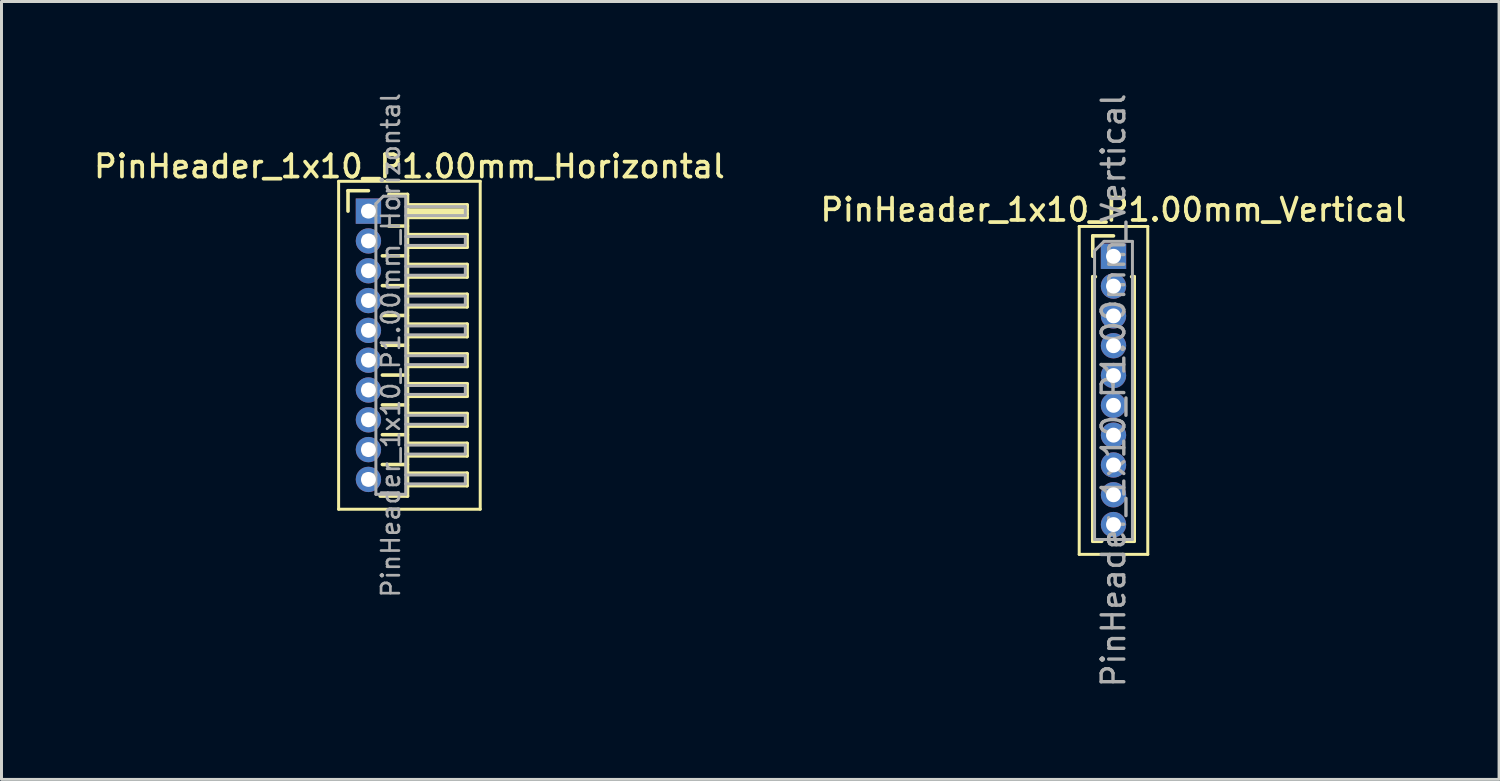
<source format=kicad_pcb>
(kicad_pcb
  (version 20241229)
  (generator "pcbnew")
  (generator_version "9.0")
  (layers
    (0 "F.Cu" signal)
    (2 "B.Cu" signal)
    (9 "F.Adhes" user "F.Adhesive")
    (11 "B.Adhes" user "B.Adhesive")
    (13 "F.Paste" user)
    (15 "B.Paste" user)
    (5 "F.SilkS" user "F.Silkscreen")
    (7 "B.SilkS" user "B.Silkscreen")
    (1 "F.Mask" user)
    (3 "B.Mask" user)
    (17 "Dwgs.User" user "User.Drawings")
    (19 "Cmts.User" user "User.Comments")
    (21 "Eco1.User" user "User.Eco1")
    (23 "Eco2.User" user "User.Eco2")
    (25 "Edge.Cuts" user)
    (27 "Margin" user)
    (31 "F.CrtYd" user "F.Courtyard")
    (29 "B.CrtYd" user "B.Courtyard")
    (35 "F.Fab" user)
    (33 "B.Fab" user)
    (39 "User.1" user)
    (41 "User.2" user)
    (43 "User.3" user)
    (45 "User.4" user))
  (footprint "PinHeader_1x10_P1.00mm_Horizontal"
    (layer "F.Cu")
    (at 9.309 4.032)
    (property "Reference" "PinHeader_1x10_P1.00mm_Horizontal" (at 1.375 -1.5 0) (layer "F.SilkS") (effects (font (size 0.75 0.75) (thickness 0.125))))
    (attr through_hole)
    (fp_line (start -1 -1) (end -1 10) (stroke (width 0.1) (type solid)) (layer "F.SilkS"))
    (fp_line (start -1 10) (end 3.75 10) (stroke (width 0.1) (type solid)) (layer "F.SilkS"))
    (fp_line (start -0.685 -0.685) (end 0 -0.685) (stroke (width 0.12) (type solid)) (layer "F.SilkS"))
    (fp_line (start -0.685 0) (end -0.685 -0.685) (stroke (width 0.12) (type solid)) (layer "F.SilkS"))
    (fp_line (start 0.468 1.5) (end 1.31 1.5) (stroke (width 0.12) (type solid)) (layer "F.SilkS"))
    (fp_line (start 0.468 2.5) (end 1.31 2.5) (stroke (width 0.12) (type solid)) (layer "F.SilkS"))
    (fp_line (start 0.468 3.5) (end 1.31 3.5) (stroke (width 0.12) (type solid)) (layer "F.SilkS"))
    (fp_line (start 0.468 4.5) (end 1.31 4.5) (stroke (width 0.12) (type solid)) (layer "F.SilkS"))
    (fp_line (start 0.468 5.5) (end 1.31 5.5) (stroke (width 0.12) (type solid)) (layer "F.SilkS"))
    (fp_line (start 0.468 6.5) (end 1.31 6.5) (stroke (width 0.12) (type solid)) (layer "F.SilkS"))
    (fp_line (start 0.468 7.5) (end 1.31 7.5) (stroke (width 0.12) (type solid)) (layer "F.SilkS"))
    (fp_line (start 0.468 8.5) (end 1.31 8.5) (stroke (width 0.12) (type solid)) (layer "F.SilkS"))
    (fp_line (start 0.685 -0.56) (end 1.31 -0.56) (stroke (width 0.12) (type solid)) (layer "F.SilkS"))
    (fp_line (start 0.685 0.5) (end 1.31 0.5) (stroke (width 0.12) (type solid)) (layer "F.SilkS"))
    (fp_line (start 1.31 -0.56) (end 1.31 9.56) (stroke (width 0.12) (type solid)) (layer "F.SilkS"))
    (fp_line (start 1.31 -0.21) (end 3.31 -0.21) (stroke (width 0.12) (type solid)) (layer "F.SilkS"))
    (fp_line (start 1.31 -0.15) (end 3.31 -0.15) (stroke (width 0.12) (type solid)) (layer "F.SilkS"))
    (fp_line (start 1.31 -0.03) (end 3.31 -0.03) (stroke (width 0.12) (type solid)) (layer "F.SilkS"))
    (fp_line (start 1.31 0.09) (end 3.31 0.09) (stroke (width 0.12) (type solid)) (layer "F.SilkS"))
    (fp_line (start 1.31 0.79) (end 3.31 0.79) (stroke (width 0.12) (type solid)) (layer "F.SilkS"))
    (fp_line (start 1.31 1.79) (end 3.31 1.79) (stroke (width 0.12) (type solid)) (layer "F.SilkS"))
    (fp_line (start 1.31 2.79) (end 3.31 2.79) (stroke (width 0.12) (type solid)) (layer "F.SilkS"))
    (fp_line (start 1.31 3.79) (end 3.31 3.79) (stroke (width 0.12) (type solid)) (layer "F.SilkS"))
    (fp_line (start 1.31 4.79) (end 3.31 4.79) (stroke (width 0.12) (type solid)) (layer "F.SilkS"))
    (fp_line (start 1.31 5.79) (end 3.31 5.79) (stroke (width 0.12) (type solid)) (layer "F.SilkS"))
    (fp_line (start 1.31 6.79) (end 3.31 6.79) (stroke (width 0.12) (type solid)) (layer "F.SilkS"))
    (fp_line (start 1.31 7.79) (end 3.31 7.79) (stroke (width 0.12) (type solid)) (layer "F.SilkS"))
    (fp_line (start 1.31 8.79) (end 3.31 8.79) (stroke (width 0.12) (type solid)) (layer "F.SilkS"))
    (fp_line (start 1.31 9.56) (end 0.394 9.56) (stroke (width 0.12) (type solid)) (layer "F.SilkS"))
    (fp_line (start 3.31 -0.21) (end 3.31 0.21) (stroke (width 0.12) (type solid)) (layer "F.SilkS"))
    (fp_line (start 3.31 0.21) (end 1.31 0.21) (stroke (width 0.12) (type solid)) (layer "F.SilkS"))
    (fp_line (start 3.31 0.79) (end 3.31 1.21) (stroke (width 0.12) (type solid)) (layer "F.SilkS"))
    (fp_line (start 3.31 1.21) (end 1.31 1.21) (stroke (width 0.12) (type solid)) (layer "F.SilkS"))
    (fp_line (start 3.31 1.79) (end 3.31 2.21) (stroke (width 0.12) (type solid)) (layer "F.SilkS"))
    (fp_line (start 3.31 2.21) (end 1.31 2.21) (stroke (width 0.12) (type solid)) (layer "F.SilkS"))
    (fp_line (start 3.31 2.79) (end 3.31 3.21) (stroke (width 0.12) (type solid)) (layer "F.SilkS"))
    (fp_line (start 3.31 3.21) (end 1.31 3.21) (stroke (width 0.12) (type solid)) (layer "F.SilkS"))
    (fp_line (start 3.31 3.79) (end 3.31 4.21) (stroke (width 0.12) (type solid)) (layer "F.SilkS"))
    (fp_line (start 3.31 4.21) (end 1.31 4.21) (stroke (width 0.12) (type solid)) (layer "F.SilkS"))
    (fp_line (start 3.31 4.79) (end 3.31 5.21) (stroke (width 0.12) (type solid)) (layer "F.SilkS"))
    (fp_line (start 3.31 5.21) (end 1.31 5.21) (stroke (width 0.12) (type solid)) (layer "F.SilkS"))
    (fp_line (start 3.31 5.79) (end 3.31 6.21) (stroke (width 0.12) (type solid)) (layer "F.SilkS"))
    (fp_line (start 3.31 6.21) (end 1.31 6.21) (stroke (width 0.12) (type solid)) (layer "F.SilkS"))
    (fp_line (start 3.31 6.79) (end 3.31 7.21) (stroke (width 0.12) (type solid)) (layer "F.SilkS"))
    (fp_line (start 3.31 7.21) (end 1.31 7.21) (stroke (width 0.12) (type solid)) (layer "F.SilkS"))
    (fp_line (start 3.31 7.79) (end 3.31 8.21) (stroke (width 0.12) (type solid)) (layer "F.SilkS"))
    (fp_line (start 3.31 8.21) (end 1.31 8.21) (stroke (width 0.12) (type solid)) (layer "F.SilkS"))
    (fp_line (start 3.31 8.79) (end 3.31 9.21) (stroke (width 0.12) (type solid)) (layer "F.SilkS"))
    (fp_line (start 3.31 9.21) (end 1.31 9.21) (stroke (width 0.12) (type solid)) (layer "F.SilkS"))
    (fp_line (start 3.75 -1) (end -1 -1) (stroke (width 0.1) (type solid)) (layer "F.SilkS"))
    (fp_line (start 3.75 10) (end 3.75 -1) (stroke (width 0.1) (type solid)) (layer "F.SilkS"))
    (fp_line (start -0.15 -0.15) (end -0.15 0.15) (stroke (width 0.1) (type solid)) (layer "F.Fab"))
    (fp_line (start -0.15 -0.15) (end 0.25 -0.15) (stroke (width 0.1) (type solid)) (layer "F.Fab"))
    (fp_line (start -0.15 0.15) (end 0.25 0.15) (stroke (width 0.1) (type solid)) (layer "F.Fab"))
    (fp_line (start -0.15 0.85) (end -0.15 1.15) (stroke (width 0.1) (type solid)) (layer "F.Fab"))
    (fp_line (start -0.15 0.85) (end 0.25 0.85) (stroke (width 0.1) (type solid)) (layer "F.Fab"))
    (fp_line (start -0.15 1.15) (end 0.25 1.15) (stroke (width 0.1) (type solid)) (layer "F.Fab"))
    (fp_line (start -0.15 1.85) (end -0.15 2.15) (stroke (width 0.1) (type solid)) (layer "F.Fab"))
    (fp_line (start -0.15 1.85) (end 0.25 1.85) (stroke (width 0.1) (type solid)) (layer "F.Fab"))
    (fp_line (start -0.15 2.15) (end 0.25 2.15) (stroke (width 0.1) (type solid)) (layer "F.Fab"))
    (fp_line (start -0.15 2.85) (end -0.15 3.15) (stroke (width 0.1) (type solid)) (layer "F.Fab"))
    (fp_line (start -0.15 2.85) (end 0.25 2.85) (stroke (width 0.1) (type solid)) (layer "F.Fab"))
    (fp_line (start -0.15 3.15) (end 0.25 3.15) (stroke (width 0.1) (type solid)) (layer "F.Fab"))
    (fp_line (start -0.15 3.85) (end -0.15 4.15) (stroke (width 0.1) (type solid)) (layer "F.Fab"))
    (fp_line (start -0.15 3.85) (end 0.25 3.85) (stroke (width 0.1) (type solid)) (layer "F.Fab"))
    (fp_line (start -0.15 4.15) (end 0.25 4.15) (stroke (width 0.1) (type solid)) (layer "F.Fab"))
    (fp_line (start -0.15 4.85) (end -0.15 5.15) (stroke (width 0.1) (type solid)) (layer "F.Fab"))
    (fp_line (start -0.15 4.85) (end 0.25 4.85) (stroke (width 0.1) (type solid)) (layer "F.Fab"))
    (fp_line (start -0.15 5.15) (end 0.25 5.15) (stroke (width 0.1) (type solid)) (layer "F.Fab"))
    (fp_line (start -0.15 5.85) (end -0.15 6.15) (stroke (width 0.1) (type solid)) (layer "F.Fab"))
    (fp_line (start -0.15 5.85) (end 0.25 5.85) (stroke (width 0.1) (type solid)) (layer "F.Fab"))
    (fp_line (start -0.15 6.15) (end 0.25 6.15) (stroke (width 0.1) (type solid)) (layer "F.Fab"))
    (fp_line (start -0.15 6.85) (end -0.15 7.15) (stroke (width 0.1) (type solid)) (layer "F.Fab"))
    (fp_line (start -0.15 6.85) (end 0.25 6.85) (stroke (width 0.1) (type solid)) (layer "F.Fab"))
    (fp_line (start -0.15 7.15) (end 0.25 7.15) (stroke (width 0.1) (type solid)) (layer "F.Fab"))
    (fp_line (start -0.15 7.85) (end -0.15 8.15) (stroke (width 0.1) (type solid)) (layer "F.Fab"))
    (fp_line (start -0.15 7.85) (end 0.25 7.85) (stroke (width 0.1) (type solid)) (layer "F.Fab"))
    (fp_line (start -0.15 8.15) (end 0.25 8.15) (stroke (width 0.1) (type solid)) (layer "F.Fab"))
    (fp_line (start -0.15 8.85) (end -0.15 9.15) (stroke (width 0.1) (type solid)) (layer "F.Fab"))
    (fp_line (start -0.15 8.85) (end 0.25 8.85) (stroke (width 0.1) (type solid)) (layer "F.Fab"))
    (fp_line (start -0.15 9.15) (end 0.25 9.15) (stroke (width 0.1) (type solid)) (layer "F.Fab"))
    (fp_line (start 0.25 -0.25) (end 0.5 -0.5) (stroke (width 0.1) (type solid)) (layer "F.Fab"))
    (fp_line (start 0.25 9.5) (end 0.25 -0.25) (stroke (width 0.1) (type solid)) (layer "F.Fab"))
    (fp_line (start 0.5 -0.5) (end 1.25 -0.5) (stroke (width 0.1) (type solid)) (layer "F.Fab"))
    (fp_line (start 1.25 -0.5) (end 1.25 9.5) (stroke (width 0.1) (type solid)) (layer "F.Fab"))
    (fp_line (start 1.25 -0.15) (end 3.25 -0.15) (stroke (width 0.1) (type solid)) (layer "F.Fab"))
    (fp_line (start 1.25 0.15) (end 3.25 0.15) (stroke (width 0.1) (type solid)) (layer "F.Fab"))
    (fp_line (start 1.25 0.85) (end 3.25 0.85) (stroke (width 0.1) (type solid)) (layer "F.Fab"))
    (fp_line (start 1.25 1.15) (end 3.25 1.15) (stroke (width 0.1) (type solid)) (layer "F.Fab"))
    (fp_line (start 1.25 1.85) (end 3.25 1.85) (stroke (width 0.1) (type solid)) (layer "F.Fab"))
    (fp_line (start 1.25 2.15) (end 3.25 2.15) (stroke (width 0.1) (type solid)) (layer "F.Fab"))
    (fp_line (start 1.25 2.85) (end 3.25 2.85) (stroke (width 0.1) (type solid)) (layer "F.Fab"))
    (fp_line (start 1.25 3.15) (end 3.25 3.15) (stroke (width 0.1) (type solid)) (layer "F.Fab"))
    (fp_line (start 1.25 3.85) (end 3.25 3.85) (stroke (width 0.1) (type solid)) (layer "F.Fab"))
    (fp_line (start 1.25 4.15) (end 3.25 4.15) (stroke (width 0.1) (type solid)) (layer "F.Fab"))
    (fp_line (start 1.25 4.85) (end 3.25 4.85) (stroke (width 0.1) (type solid)) (layer "F.Fab"))
    (fp_line (start 1.25 5.15) (end 3.25 5.15) (stroke (width 0.1) (type solid)) (layer "F.Fab"))
    (fp_line (start 1.25 5.85) (end 3.25 5.85) (stroke (width 0.1) (type solid)) (layer "F.Fab"))
    (fp_line (start 1.25 6.15) (end 3.25 6.15) (stroke (width 0.1) (type solid)) (layer "F.Fab"))
    (fp_line (start 1.25 6.85) (end 3.25 6.85) (stroke (width 0.1) (type solid)) (layer "F.Fab"))
    (fp_line (start 1.25 7.15) (end 3.25 7.15) (stroke (width 0.1) (type solid)) (layer "F.Fab"))
    (fp_line (start 1.25 7.85) (end 3.25 7.85) (stroke (width 0.1) (type solid)) (layer "F.Fab"))
    (fp_line (start 1.25 8.15) (end 3.25 8.15) (stroke (width 0.1) (type solid)) (layer "F.Fab"))
    (fp_line (start 1.25 8.85) (end 3.25 8.85) (stroke (width 0.1) (type solid)) (layer "F.Fab"))
    (fp_line (start 1.25 9.15) (end 3.25 9.15) (stroke (width 0.1) (type solid)) (layer "F.Fab"))
    (fp_line (start 1.25 9.5) (end 0.25 9.5) (stroke (width 0.1) (type solid)) (layer "F.Fab"))
    (fp_line (start 3.25 -0.15) (end 3.25 0.15) (stroke (width 0.1) (type solid)) (layer "F.Fab"))
    (fp_line (start 3.25 0.85) (end 3.25 1.15) (stroke (width 0.1) (type solid)) (layer "F.Fab"))
    (fp_line (start 3.25 1.85) (end 3.25 2.15) (stroke (width 0.1) (type solid)) (layer "F.Fab"))
    (fp_line (start 3.25 2.85) (end 3.25 3.15) (stroke (width 0.1) (type solid)) (layer "F.Fab"))
    (fp_line (start 3.25 3.85) (end 3.25 4.15) (stroke (width 0.1) (type solid)) (layer "F.Fab"))
    (fp_line (start 3.25 4.85) (end 3.25 5.15) (stroke (width 0.1) (type solid)) (layer "F.Fab"))
    (fp_line (start 3.25 5.85) (end 3.25 6.15) (stroke (width 0.1) (type solid)) (layer "F.Fab"))
    (fp_line (start 3.25 6.85) (end 3.25 7.15) (stroke (width 0.1) (type solid)) (layer "F.Fab"))
    (fp_line (start 3.25 7.85) (end 3.25 8.15) (stroke (width 0.1) (type solid)) (layer "F.Fab"))
    (fp_line (start 3.25 8.85) (end 3.25 9.15) (stroke (width 0.1) (type solid)) (layer "F.Fab"))
    (fp_text user "${REFERENCE}" (at 0.75 4.5 90) (layer "F.Fab") (effects (font (size 0.6 0.6) (thickness 0.09))))
    (pad "1" thru_hole rect (at 0 0) (size 0.85 0.85) (drill 0.5) (layers "*.Cu" "*.Mask"))
    (pad "2" thru_hole oval (at 0 1) (size 0.85 0.85) (drill 0.5) (layers "*.Cu" "*.Mask"))
    (pad "3" thru_hole oval (at 0 2) (size 0.85 0.85) (drill 0.5) (layers "*.Cu" "*.Mask"))
    (pad "4" thru_hole oval (at 0 3) (size 0.85 0.85) (drill 0.5) (layers "*.Cu" "*.Mask"))
    (pad "5" thru_hole oval (at 0 4) (size 0.85 0.85) (drill 0.5) (layers "*.Cu" "*.Mask"))
    (pad "6" thru_hole oval (at 0 5) (size 0.85 0.85) (drill 0.5) (layers "*.Cu" "*.Mask"))
    (pad "7" thru_hole oval (at 0 6) (size 0.85 0.85) (drill 0.5) (layers "*.Cu" "*.Mask"))
    (pad "8" thru_hole oval (at 0 7) (size 0.85 0.85) (drill 0.5) (layers "*.Cu" "*.Mask"))
    (pad "9" thru_hole oval (at 0 8) (size 0.85 0.85) (drill 0.5) (layers "*.Cu" "*.Mask"))
    (pad "10" thru_hole oval (at 0 9) (size 0.85 0.85) (drill 0.5) (layers "*.Cu" "*.Mask")))
  (footprint "PinHeader_1x10_P1.00mm_Vertical"
    (layer "F.Cu")
    (at 34.302 5.547)
    (property "Reference" "PinHeader_1x10_P1.00mm_Vertical" (at 0 -1.56 0) (layer "F.SilkS") (effects (font (size 0.75 0.75) (thickness 0.125))))
    (attr through_hole)
    (fp_line (start -1.15 -1) (end -1.15 10) (stroke (width 0.1) (type solid)) (layer "F.SilkS"))
    (fp_line (start -1.15 10) (end 1.15 10) (stroke (width 0.1) (type solid)) (layer "F.SilkS"))
    (fp_line (start -0.695 -0.685) (end 0 -0.685) (stroke (width 0.12) (type solid)) (layer "F.SilkS"))
    (fp_line (start -0.695 0) (end -0.695 -0.685) (stroke (width 0.12) (type solid)) (layer "F.SilkS"))
    (fp_line (start -0.695 0.685) (end -0.695 9.56) (stroke (width 0.12) (type solid)) (layer "F.SilkS"))
    (fp_line (start -0.695 0.685) (end -0.608 0.685) (stroke (width 0.12) (type solid)) (layer "F.SilkS"))
    (fp_line (start -0.695 9.56) (end -0.394 9.56) (stroke (width 0.12) (type solid)) (layer "F.SilkS"))
    (fp_line (start 0.394 9.56) (end 0.695 9.56) (stroke (width 0.12) (type solid)) (layer "F.SilkS"))
    (fp_line (start 0.608 0.685) (end 0.695 0.685) (stroke (width 0.12) (type solid)) (layer "F.SilkS"))
    (fp_line (start 0.695 0.685) (end 0.695 9.56) (stroke (width 0.12) (type solid)) (layer "F.SilkS"))
    (fp_line (start 1.15 -1) (end -1.15 -1) (stroke (width 0.1) (type solid)) (layer "F.SilkS"))
    (fp_line (start 1.15 10) (end 1.15 -1) (stroke (width 0.1) (type solid)) (layer "F.SilkS"))
    (fp_line (start -0.635 -0.182) (end -0.318 -0.5) (stroke (width 0.1) (type solid)) (layer "F.Fab"))
    (fp_line (start -0.635 9.5) (end -0.635 -0.182) (stroke (width 0.1) (type solid)) (layer "F.Fab"))
    (fp_line (start -0.318 -0.5) (end 0.635 -0.5) (stroke (width 0.1) (type solid)) (layer "F.Fab"))
    (fp_line (start 0.635 -0.5) (end 0.635 9.5) (stroke (width 0.1) (type solid)) (layer "F.Fab"))
    (fp_line (start 0.635 9.5) (end -0.635 9.5) (stroke (width 0.1) (type solid)) (layer "F.Fab"))
    (fp_text user "${REFERENCE}" (at 0 4.5 90) (layer "F.Fab") (effects (font (size 0.76 0.76) (thickness 0.114))))
    (pad "1" thru_hole rect (at 0 0) (size 0.85 0.85) (drill 0.5) (layers "*.Cu" "*.Mask"))
    (pad "2" thru_hole oval (at 0 1) (size 0.85 0.85) (drill 0.5) (layers "*.Cu" "*.Mask"))
    (pad "3" thru_hole oval (at 0 2) (size 0.85 0.85) (drill 0.5) (layers "*.Cu" "*.Mask"))
    (pad "4" thru_hole oval (at 0 3) (size 0.85 0.85) (drill 0.5) (layers "*.Cu" "*.Mask"))
    (pad "5" thru_hole oval (at 0 4) (size 0.85 0.85) (drill 0.5) (layers "*.Cu" "*.Mask"))
    (pad "6" thru_hole oval (at 0 5) (size 0.85 0.85) (drill 0.5) (layers "*.Cu" "*.Mask"))
    (pad "7" thru_hole oval (at 0 6) (size 0.85 0.85) (drill 0.5) (layers "*.Cu" "*.Mask"))
    (pad "8" thru_hole oval (at 0 7) (size 0.85 0.85) (drill 0.5) (layers "*.Cu" "*.Mask"))
    (pad "9" thru_hole oval (at 0 8) (size 0.85 0.85) (drill 0.5) (layers "*.Cu" "*.Mask"))
    (pad "10" thru_hole oval (at 0 9) (size 0.85 0.85) (drill 0.5) (layers "*.Cu" "*.Mask")))
  (gr_rect
    (start -3 -3)
    (end 47.236 23.095)
    (stroke (width 0.1) (type default))
    (fill no)
    (layer "Edge.Cuts")))
</source>
